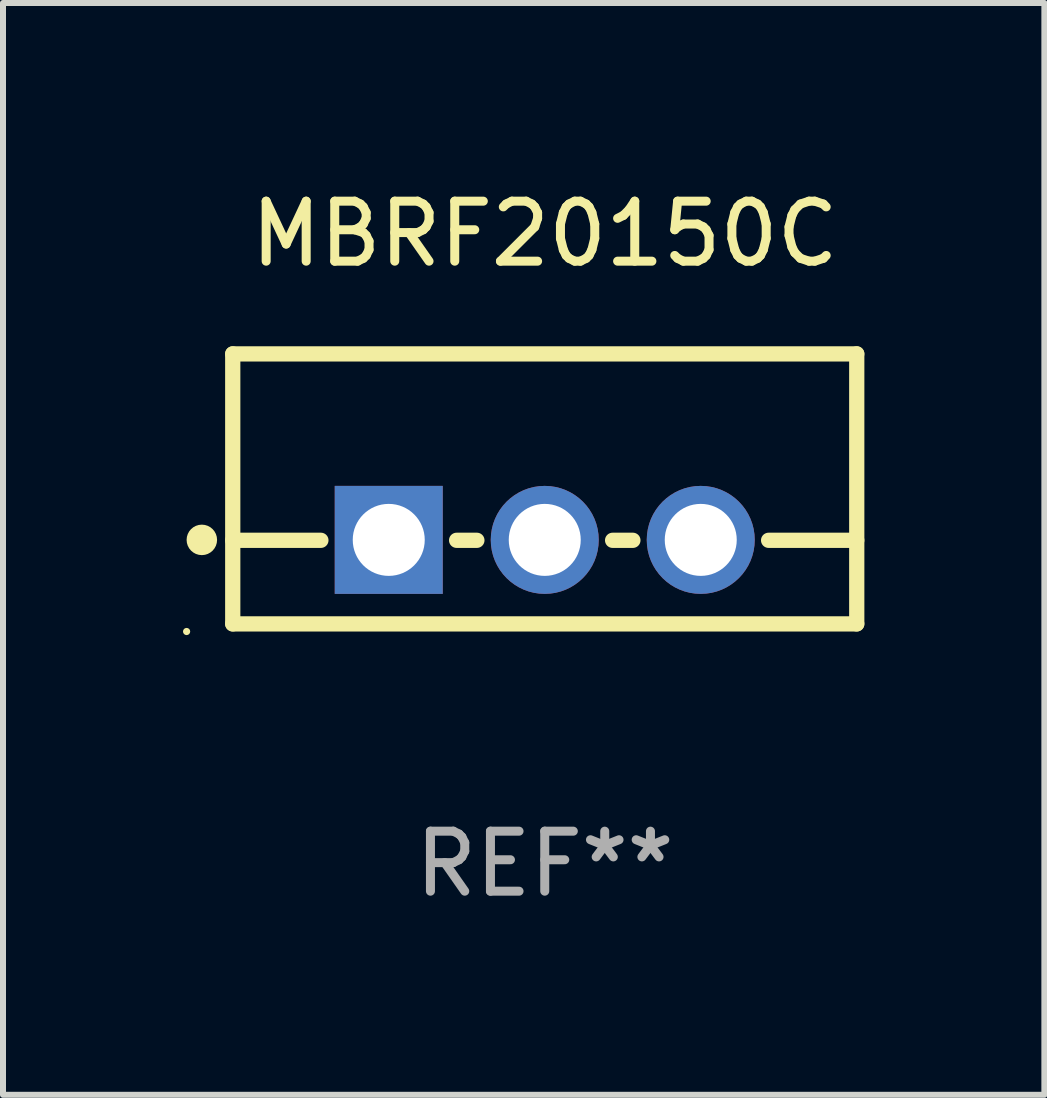
<source format=kicad_pcb>
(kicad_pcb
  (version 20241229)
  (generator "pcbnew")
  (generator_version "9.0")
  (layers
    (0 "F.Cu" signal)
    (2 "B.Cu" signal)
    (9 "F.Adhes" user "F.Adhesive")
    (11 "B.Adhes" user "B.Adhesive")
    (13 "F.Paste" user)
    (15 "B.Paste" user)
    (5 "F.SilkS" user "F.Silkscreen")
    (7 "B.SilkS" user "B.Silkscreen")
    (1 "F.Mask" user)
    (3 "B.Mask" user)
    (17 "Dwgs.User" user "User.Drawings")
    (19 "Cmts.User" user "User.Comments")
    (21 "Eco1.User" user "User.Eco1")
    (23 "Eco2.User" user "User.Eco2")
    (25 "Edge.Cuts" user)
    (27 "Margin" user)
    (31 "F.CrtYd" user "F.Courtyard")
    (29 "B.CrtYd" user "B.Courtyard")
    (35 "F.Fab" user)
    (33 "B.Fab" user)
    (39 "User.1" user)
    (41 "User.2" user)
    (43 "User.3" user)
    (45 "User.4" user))
  (footprint "MBRF20150C"
    (layer "F.Cu")
    (at 6.029 5.098)
    (property "Reference" "MBRF20150C" (at 0 -4.25 0) (layer "F.SilkS") (effects (font (size 1 1) (thickness 0.15))))
    (attr through_hole)
    (fp_line (start -5.2 -2.25) (end -5.2 2.25) (stroke (width 0.254) (type solid)) (layer "F.SilkS"))
    (fp_line (start -5.2 -2.25) (end 5.2 -2.25) (stroke (width 0.254) (type solid)) (layer "F.SilkS"))
    (fp_line (start -5.2 0.857) (end -3.731 0.857) (stroke (width 0.254) (type solid)) (layer "F.SilkS"))
    (fp_line (start -5.2 2.25) (end 5.2 2.25) (stroke (width 0.254) (type solid)) (layer "F.SilkS"))
    (fp_line (start -1.469 0.857) (end -1.131 0.857) (stroke (width 0.254) (type solid)) (layer "F.SilkS"))
    (fp_line (start 1.131 0.857) (end 1.469 0.857) (stroke (width 0.254) (type solid)) (layer "F.SilkS"))
    (fp_line (start 3.731 0.857) (end 5.2 0.857) (stroke (width 0.254) (type solid)) (layer "F.SilkS"))
    (fp_line (start 5.2 -2.25) (end 5.2 2.25) (stroke (width 0.254) (type solid)) (layer "F.SilkS"))
    (fp_circle (center -5.969 2.377) (end -5.939 2.377) (stroke (width 0.06) (type solid)) (fill no) (layer "F.SilkS"))
    (fp_circle (center -5.715 0.85) (end -5.588 0.85) (stroke (width 0.254) (type solid)) (fill no) (layer "F.SilkS"))
    (fp_text user "REF**" (at 0 6.25 0) (layer "F.Fab") (effects (font (size 1 1) (thickness 0.15))))
    (pad "1" thru_hole rect (at -2.6 0.85) (size 1.8 1.8) (drill 1.2) (layers "*.Cu" "*.Mask"))
    (pad "2" thru_hole circle (at 0 0.85) (size 1.8 1.8) (drill 1.2) (layers "*.Cu" "*.Mask"))
    (pad "3" thru_hole circle (at 2.6 0.85) (size 1.8 1.8) (drill 1.2) (layers "*.Cu" "*.Mask")))
  (gr_rect
    (start -3 -3)
    (end 14.356 15.197)
    (stroke (width 0.1) (type default))
    (fill no)
    (layer "Edge.Cuts")))
</source>
